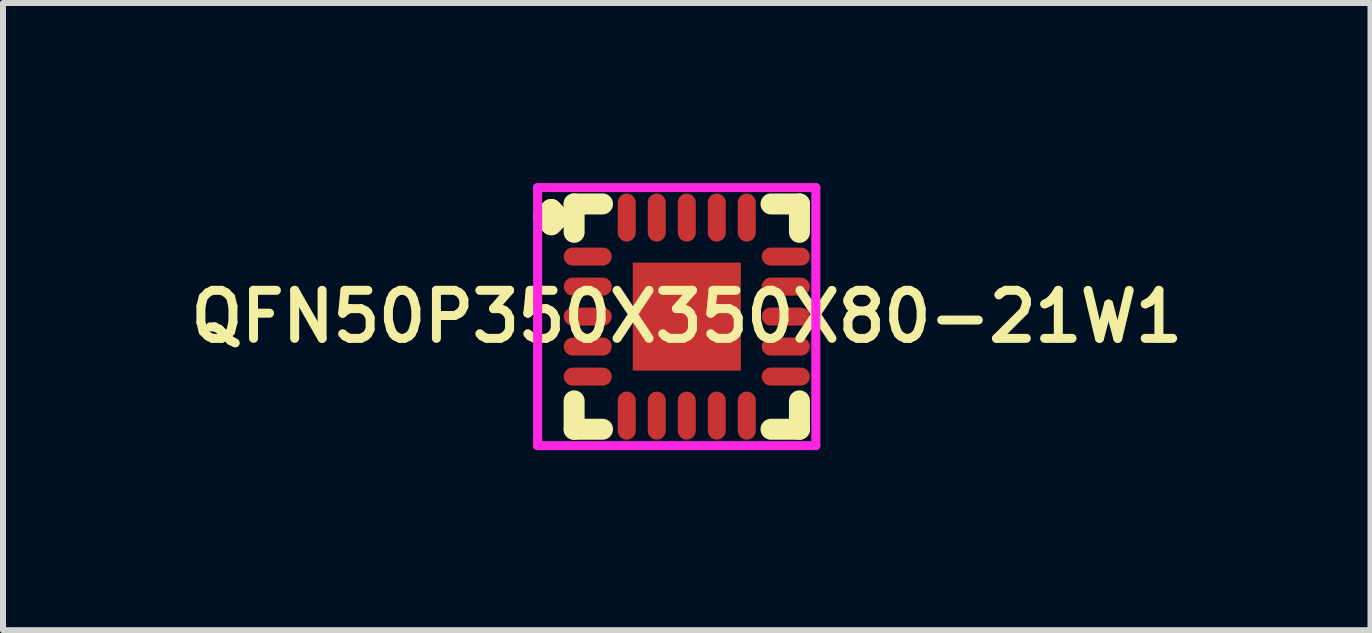
<source format=kicad_pcb>
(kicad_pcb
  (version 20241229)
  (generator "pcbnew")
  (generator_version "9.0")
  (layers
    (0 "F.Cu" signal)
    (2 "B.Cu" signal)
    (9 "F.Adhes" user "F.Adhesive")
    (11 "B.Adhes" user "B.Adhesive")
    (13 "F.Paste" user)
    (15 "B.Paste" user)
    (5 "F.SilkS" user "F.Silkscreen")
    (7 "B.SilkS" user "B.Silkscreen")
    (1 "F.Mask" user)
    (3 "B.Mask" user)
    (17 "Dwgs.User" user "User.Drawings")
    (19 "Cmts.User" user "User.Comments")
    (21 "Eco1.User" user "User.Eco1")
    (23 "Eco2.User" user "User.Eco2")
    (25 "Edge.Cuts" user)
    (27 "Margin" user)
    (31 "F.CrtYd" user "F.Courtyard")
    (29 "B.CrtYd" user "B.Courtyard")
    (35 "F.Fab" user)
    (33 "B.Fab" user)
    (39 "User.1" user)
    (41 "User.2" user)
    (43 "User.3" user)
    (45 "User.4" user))
  (footprint "QFN50P350X350X80-21W1"
    (layer "F.Cu")
    (at 8.393 2.225)
    (property "Reference" "QFN50P350X350X80-21W1" (at 0 0 0) (layer "F.SilkS") (effects (font (size 0.8 0.8) (thickness 0.15))))
    (attr through_hole)
    (fp_line (start -2.385 -1.658) (end -2.258 -1.785) (stroke (width 0.35) (type solid)) (layer "F.SilkS"))
    (fp_line (start -2.258 -1.785) (end -2.131 -1.658) (stroke (width 0.35) (type solid)) (layer "F.SilkS"))
    (fp_line (start -2.258 -1.531) (end -2.385 -1.658) (stroke (width 0.35) (type solid)) (layer "F.SilkS"))
    (fp_line (start -2.131 -1.658) (end -2.258 -1.531) (stroke (width 0.35) (type solid)) (layer "F.SilkS"))
    (fp_line (start -1.877 -1.877) (end -1.404 -1.877) (stroke (width 0.35) (type solid)) (layer "F.SilkS"))
    (fp_line (start -1.877 -1.404) (end -1.877 -1.877) (stroke (width 0.35) (type solid)) (layer "F.SilkS"))
    (fp_line (start -1.877 1.404) (end -1.877 1.877) (stroke (width 0.35) (type solid)) (layer "F.SilkS"))
    (fp_line (start -1.877 1.877) (end -1.404 1.877) (stroke (width 0.35) (type solid)) (layer "F.SilkS"))
    (fp_line (start 1.404 -1.877) (end 1.877 -1.877) (stroke (width 0.35) (type solid)) (layer "F.SilkS"))
    (fp_line (start 1.404 1.877) (end 1.877 1.877) (stroke (width 0.35) (type solid)) (layer "F.SilkS"))
    (fp_line (start 1.877 -1.877) (end 1.877 -1.404) (stroke (width 0.35) (type solid)) (layer "F.SilkS"))
    (fp_line (start 1.877 1.877) (end 1.877 1.404) (stroke (width 0.35) (type solid)) (layer "F.SilkS"))
    (fp_line (start -2.485 -2.15) (end 2.15 -2.15) (stroke (width 0.15) (type solid)) (layer "F.CrtYd"))
    (fp_line (start -2.485 2.15) (end -2.485 -2.15) (stroke (width 0.15) (type solid)) (layer "F.CrtYd"))
    (fp_line (start 2.15 -2.15) (end 2.15 2.15) (stroke (width 0.15) (type solid)) (layer "F.CrtYd"))
    (fp_line (start 2.15 2.15) (end -2.485 2.15) (stroke (width 0.15) (type solid)) (layer "F.CrtYd"))
    (pad "1" smd oval (at -1.65 -1) (size 0.8 0.3) (layers "F.Cu" "F.Mask" "F.Paste"))
    (pad "2" smd oval (at -1.65 -0.5) (size 0.8 0.3) (layers "F.Cu" "F.Mask" "F.Paste"))
    (pad "3" smd oval (at -1.65 0) (size 0.8 0.3) (layers "F.Cu" "F.Mask" "F.Paste"))
    (pad "4" smd oval (at -1.65 0.5) (size 0.8 0.3) (layers "F.Cu" "F.Mask" "F.Paste"))
    (pad "5" smd oval (at -1.65 1) (size 0.8 0.3) (layers "F.Cu" "F.Mask" "F.Paste"))
    (pad "6" smd oval (at -1 1.65) (size 0.3 0.8) (layers "F.Cu" "F.Mask" "F.Paste"))
    (pad "7" smd oval (at -0.5 1.65) (size 0.3 0.8) (layers "F.Cu" "F.Mask" "F.Paste"))
    (pad "8" smd oval (at 0 1.65) (size 0.3 0.8) (layers "F.Cu" "F.Mask" "F.Paste"))
    (pad "9" smd oval (at 0.5 1.65) (size 0.3 0.8) (layers "F.Cu" "F.Mask" "F.Paste"))
    (pad "10" smd oval (at 1 1.65) (size 0.3 0.8) (layers "F.Cu" "F.Mask" "F.Paste"))
    (pad "11" smd oval (at 1.65 1) (size 0.8 0.3) (layers "F.Cu" "F.Mask" "F.Paste"))
    (pad "12" smd oval (at 1.65 0.5) (size 0.8 0.3) (layers "F.Cu" "F.Mask" "F.Paste"))
    (pad "13" smd oval (at 1.65 0) (size 0.8 0.3) (layers "F.Cu" "F.Mask" "F.Paste"))
    (pad "14" smd oval (at 1.65 -0.5) (size 0.8 0.3) (layers "F.Cu" "F.Mask" "F.Paste"))
    (pad "15" smd oval (at 1.65 -1) (size 0.8 0.3) (layers "F.Cu" "F.Mask" "F.Paste"))
    (pad "16" smd oval (at 1 -1.65) (size 0.3 0.8) (layers "F.Cu" "F.Mask" "F.Paste"))
    (pad "17" smd oval (at 0.5 -1.65) (size 0.3 0.8) (layers "F.Cu" "F.Mask" "F.Paste"))
    (pad "18" smd oval (at 0 -1.65) (size 0.3 0.8) (layers "F.Cu" "F.Mask" "F.Paste"))
    (pad "19" smd oval (at -0.5 -1.65) (size 0.3 0.8) (layers "F.Cu" "F.Mask" "F.Paste"))
    (pad "20" smd oval (at -1 -1.65) (size 0.3 0.8) (layers "F.Cu" "F.Mask" "F.Paste"))
    (pad "21" smd rect (at 0 0) (size 1.8 1.8) (layers "F.Cu" "F.Mask" "F.Paste")))
  (gr_rect
    (start -3 -3)
    (end 19.785 7.45)
    (stroke (width 0.1) (type default))
    (fill no)
    (layer "Edge.Cuts")))
</source>
